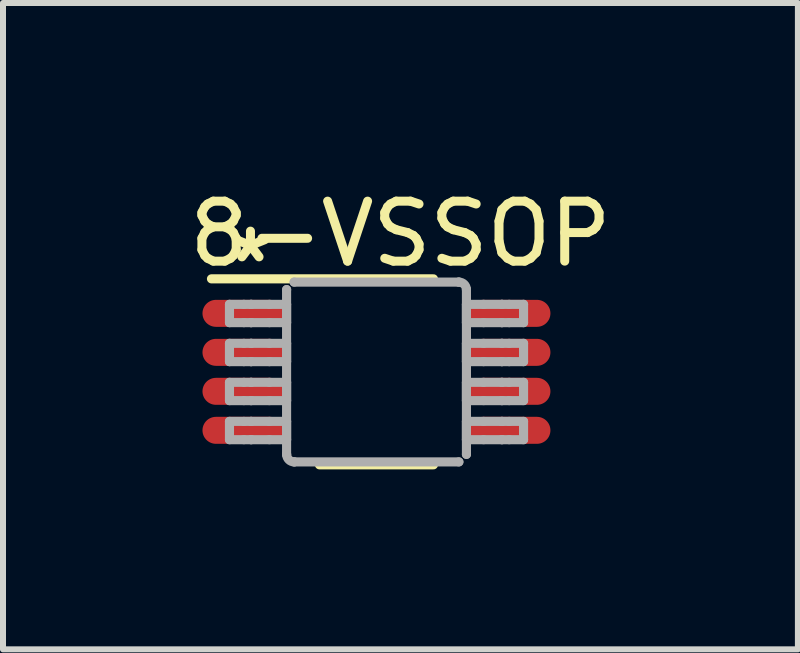
<source format=kicad_pcb>
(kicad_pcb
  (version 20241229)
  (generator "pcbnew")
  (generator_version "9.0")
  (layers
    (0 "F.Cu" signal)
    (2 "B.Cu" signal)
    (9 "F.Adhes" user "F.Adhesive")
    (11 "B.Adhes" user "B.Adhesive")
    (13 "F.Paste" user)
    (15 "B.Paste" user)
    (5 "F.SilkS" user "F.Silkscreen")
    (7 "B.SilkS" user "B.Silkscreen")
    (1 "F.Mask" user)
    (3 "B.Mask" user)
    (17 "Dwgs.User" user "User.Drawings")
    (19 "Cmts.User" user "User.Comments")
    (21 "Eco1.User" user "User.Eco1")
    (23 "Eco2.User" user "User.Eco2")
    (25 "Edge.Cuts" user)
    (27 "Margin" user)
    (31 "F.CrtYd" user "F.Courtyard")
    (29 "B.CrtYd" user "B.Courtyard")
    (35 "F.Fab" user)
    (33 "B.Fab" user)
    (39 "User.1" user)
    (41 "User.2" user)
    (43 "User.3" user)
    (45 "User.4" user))
  (footprint "8-VSSOP"
    (layer "F.Cu")
    (at 3.225 3.148)
    (property "Reference" "8-VSSOP" (at 0.4 -2.3 0) (layer "F.SilkS") (effects (font (size 1 1) (thickness 0.15))))
    (attr through_hole)
    (fp_line (start -2.75 -1.55) (end 0.95 -1.55) (stroke (width 0.152) (type solid)) (layer "F.SilkS"))
    (fp_line (start -0.95 1.55) (end 0.95 1.55) (stroke (width 0.152) (type solid)) (layer "F.SilkS"))
    (fp_line (start -2.45 -1.125) (end -2.21 -1.125) (stroke (width 0.152) (type solid)) (layer "F.Fab"))
    (fp_line (start -2.45 -0.82) (end -2.45 -1.125) (stroke (width 0.152) (type solid)) (layer "F.Fab"))
    (fp_line (start -2.45 -0.82) (end -2.21 -0.82) (stroke (width 0.152) (type solid)) (layer "F.Fab"))
    (fp_line (start -2.45 -0.475) (end -2.21 -0.475) (stroke (width 0.152) (type solid)) (layer "F.Fab"))
    (fp_line (start -2.45 -0.17) (end -2.45 -0.475) (stroke (width 0.152) (type solid)) (layer "F.Fab"))
    (fp_line (start -2.45 -0.17) (end -2.21 -0.17) (stroke (width 0.152) (type solid)) (layer "F.Fab"))
    (fp_line (start -2.45 0.175) (end -2.21 0.175) (stroke (width 0.152) (type solid)) (layer "F.Fab"))
    (fp_line (start -2.45 0.48) (end -2.45 0.175) (stroke (width 0.152) (type solid)) (layer "F.Fab"))
    (fp_line (start -2.45 0.48) (end -2.21 0.48) (stroke (width 0.152) (type solid)) (layer "F.Fab"))
    (fp_line (start -2.45 0.826) (end -2.21 0.826) (stroke (width 0.152) (type solid)) (layer "F.Fab"))
    (fp_line (start -2.45 1.131) (end -2.45 0.826) (stroke (width 0.152) (type solid)) (layer "F.Fab"))
    (fp_line (start -2.45 1.131) (end -2.21 1.131) (stroke (width 0.152) (type solid)) (layer "F.Fab"))
    (fp_line (start -2.21 -1.125) (end -2.091 -1.125) (stroke (width 0.152) (type solid)) (layer "F.Fab"))
    (fp_line (start -2.21 -0.82) (end -2.091 -0.82) (stroke (width 0.152) (type solid)) (layer "F.Fab"))
    (fp_line (start -2.21 -0.475) (end -2.091 -0.475) (stroke (width 0.152) (type solid)) (layer "F.Fab"))
    (fp_line (start -2.21 -0.17) (end -2.091 -0.17) (stroke (width 0.152) (type solid)) (layer "F.Fab"))
    (fp_line (start -2.21 0.175) (end -2.091 0.175) (stroke (width 0.152) (type solid)) (layer "F.Fab"))
    (fp_line (start -2.21 0.48) (end -2.091 0.48) (stroke (width 0.152) (type solid)) (layer "F.Fab"))
    (fp_line (start -2.21 0.826) (end -2.091 0.826) (stroke (width 0.152) (type solid)) (layer "F.Fab"))
    (fp_line (start -2.21 1.131) (end -2.091 1.131) (stroke (width 0.152) (type solid)) (layer "F.Fab"))
    (fp_line (start -2.091 -1.125) (end -2.087 -1.125) (stroke (width 0.152) (type solid)) (layer "F.Fab"))
    (fp_line (start -2.091 -0.82) (end -2.087 -0.82) (stroke (width 0.152) (type solid)) (layer "F.Fab"))
    (fp_line (start -2.091 -0.475) (end -2.087 -0.475) (stroke (width 0.152) (type solid)) (layer "F.Fab"))
    (fp_line (start -2.091 -0.17) (end -2.087 -0.17) (stroke (width 0.152) (type solid)) (layer "F.Fab"))
    (fp_line (start -2.091 0.175) (end -2.087 0.175) (stroke (width 0.152) (type solid)) (layer "F.Fab"))
    (fp_line (start -2.091 0.48) (end -2.087 0.48) (stroke (width 0.152) (type solid)) (layer "F.Fab"))
    (fp_line (start -2.091 0.826) (end -2.087 0.826) (stroke (width 0.152) (type solid)) (layer "F.Fab"))
    (fp_line (start -2.091 1.131) (end -2.087 1.131) (stroke (width 0.152) (type solid)) (layer "F.Fab"))
    (fp_line (start -2.087 -1.125) (end -1.784 -1.125) (stroke (width 0.152) (type solid)) (layer "F.Fab"))
    (fp_line (start -2.087 -0.82) (end -1.784 -0.82) (stroke (width 0.152) (type solid)) (layer "F.Fab"))
    (fp_line (start -2.087 -0.475) (end -1.784 -0.475) (stroke (width 0.152) (type solid)) (layer "F.Fab"))
    (fp_line (start -2.087 -0.17) (end -1.784 -0.17) (stroke (width 0.152) (type solid)) (layer "F.Fab"))
    (fp_line (start -2.087 0.175) (end -1.784 0.175) (stroke (width 0.152) (type solid)) (layer "F.Fab"))
    (fp_line (start -2.087 0.48) (end -1.784 0.48) (stroke (width 0.152) (type solid)) (layer "F.Fab"))
    (fp_line (start -2.087 0.826) (end -1.784 0.826) (stroke (width 0.152) (type solid)) (layer "F.Fab"))
    (fp_line (start -2.087 1.131) (end -1.784 1.131) (stroke (width 0.152) (type solid)) (layer "F.Fab"))
    (fp_line (start -1.784 -1.125) (end -1.498 -1.125) (stroke (width 0.152) (type solid)) (layer "F.Fab"))
    (fp_line (start -1.784 -0.82) (end -1.498 -0.82) (stroke (width 0.152) (type solid)) (layer "F.Fab"))
    (fp_line (start -1.784 -0.475) (end -1.498 -0.475) (stroke (width 0.152) (type solid)) (layer "F.Fab"))
    (fp_line (start -1.784 -0.17) (end -1.498 -0.17) (stroke (width 0.152) (type solid)) (layer "F.Fab"))
    (fp_line (start -1.784 0.175) (end -1.498 0.175) (stroke (width 0.152) (type solid)) (layer "F.Fab"))
    (fp_line (start -1.784 0.48) (end -1.498 0.48) (stroke (width 0.152) (type solid)) (layer "F.Fab"))
    (fp_line (start -1.784 0.826) (end -1.498 0.826) (stroke (width 0.152) (type solid)) (layer "F.Fab"))
    (fp_line (start -1.784 1.131) (end -1.498 1.131) (stroke (width 0.152) (type solid)) (layer "F.Fab"))
    (fp_line (start -1.498 -1.369) (end -1.497 -1.372) (stroke (width 0.152) (type solid)) (layer "F.Fab"))
    (fp_line (start -1.498 -0.82) (end -1.498 -1.125) (stroke (width 0.152) (type solid)) (layer "F.Fab"))
    (fp_line (start -1.498 -0.17) (end -1.498 -0.475) (stroke (width 0.152) (type solid)) (layer "F.Fab"))
    (fp_line (start -1.498 0.48) (end -1.498 0.175) (stroke (width 0.152) (type solid)) (layer "F.Fab"))
    (fp_line (start -1.498 1.131) (end -1.498 0.826) (stroke (width 0.152) (type solid)) (layer "F.Fab"))
    (fp_line (start -1.498 1.374) (end -1.498 -1.369) (stroke (width 0.152) (type solid)) (layer "F.Fab"))
    (fp_line (start -1.498 1.374) (end -1.497 1.377) (stroke (width 0.152) (type solid)) (layer "F.Fab"))
    (fp_line (start -1.373 -1.496) (end -1.371 -1.496) (stroke (width 0.152) (type solid)) (layer "F.Fab"))
    (fp_line (start -1.373 1.501) (end -1.371 1.501) (stroke (width 0.152) (type solid)) (layer "F.Fab"))
    (fp_line (start -1.371 -1.496) (end 1.373 -1.496) (stroke (width 0.152) (type solid)) (layer "F.Fab"))
    (fp_line (start -1.371 1.501) (end 1.373 1.501) (stroke (width 0.152) (type solid)) (layer "F.Fab"))
    (fp_line (start 1.373 -1.496) (end 1.375 -1.496) (stroke (width 0.152) (type solid)) (layer "F.Fab"))
    (fp_line (start 1.373 1.501) (end 1.375 1.501) (stroke (width 0.152) (type solid)) (layer "F.Fab"))
    (fp_line (start 1.5 -1.372) (end 1.5 -1.369) (stroke (width 0.152) (type solid)) (layer "F.Fab"))
    (fp_line (start 1.5 1.377) (end 1.5 1.374) (stroke (width 0.152) (type solid)) (layer "F.Fab"))
    (fp_line (start 1.5 -1.125) (end 1.786 -1.125) (stroke (width 0.152) (type solid)) (layer "F.Fab"))
    (fp_line (start 1.5 -0.82) (end 1.5 -1.125) (stroke (width 0.152) (type solid)) (layer "F.Fab"))
    (fp_line (start 1.5 -0.82) (end 1.786 -0.82) (stroke (width 0.152) (type solid)) (layer "F.Fab"))
    (fp_line (start 1.5 -0.475) (end 1.786 -0.475) (stroke (width 0.152) (type solid)) (layer "F.Fab"))
    (fp_line (start 1.5 -0.17) (end 1.5 -0.475) (stroke (width 0.152) (type solid)) (layer "F.Fab"))
    (fp_line (start 1.5 -0.17) (end 1.786 -0.17) (stroke (width 0.152) (type solid)) (layer "F.Fab"))
    (fp_line (start 1.5 0.175) (end 1.786 0.175) (stroke (width 0.152) (type solid)) (layer "F.Fab"))
    (fp_line (start 1.5 0.48) (end 1.5 0.175) (stroke (width 0.152) (type solid)) (layer "F.Fab"))
    (fp_line (start 1.5 0.48) (end 1.786 0.48) (stroke (width 0.152) (type solid)) (layer "F.Fab"))
    (fp_line (start 1.5 0.826) (end 1.786 0.826) (stroke (width 0.152) (type solid)) (layer "F.Fab"))
    (fp_line (start 1.5 1.131) (end 1.5 0.826) (stroke (width 0.152) (type solid)) (layer "F.Fab"))
    (fp_line (start 1.5 1.131) (end 1.786 1.131) (stroke (width 0.152) (type solid)) (layer "F.Fab"))
    (fp_line (start 1.5 1.374) (end 1.5 -1.369) (stroke (width 0.152) (type solid)) (layer "F.Fab"))
    (fp_line (start 1.786 -1.125) (end 2.089 -1.125) (stroke (width 0.152) (type solid)) (layer "F.Fab"))
    (fp_line (start 1.786 -0.82) (end 2.089 -0.82) (stroke (width 0.152) (type solid)) (layer "F.Fab"))
    (fp_line (start 1.786 -0.475) (end 2.089 -0.475) (stroke (width 0.152) (type solid)) (layer "F.Fab"))
    (fp_line (start 1.786 -0.17) (end 2.089 -0.17) (stroke (width 0.152) (type solid)) (layer "F.Fab"))
    (fp_line (start 1.786 0.175) (end 2.089 0.175) (stroke (width 0.152) (type solid)) (layer "F.Fab"))
    (fp_line (start 1.786 0.48) (end 2.089 0.48) (stroke (width 0.152) (type solid)) (layer "F.Fab"))
    (fp_line (start 1.786 0.826) (end 2.089 0.826) (stroke (width 0.152) (type solid)) (layer "F.Fab"))
    (fp_line (start 1.786 1.131) (end 2.089 1.131) (stroke (width 0.152) (type solid)) (layer "F.Fab"))
    (fp_line (start 2.089 -1.125) (end 2.093 -1.125) (stroke (width 0.152) (type solid)) (layer "F.Fab"))
    (fp_line (start 2.089 -0.82) (end 2.093 -0.82) (stroke (width 0.152) (type solid)) (layer "F.Fab"))
    (fp_line (start 2.089 -0.475) (end 2.093 -0.475) (stroke (width 0.152) (type solid)) (layer "F.Fab"))
    (fp_line (start 2.089 -0.17) (end 2.093 -0.17) (stroke (width 0.152) (type solid)) (layer "F.Fab"))
    (fp_line (start 2.089 0.175) (end 2.093 0.175) (stroke (width 0.152) (type solid)) (layer "F.Fab"))
    (fp_line (start 2.089 0.48) (end 2.093 0.48) (stroke (width 0.152) (type solid)) (layer "F.Fab"))
    (fp_line (start 2.089 0.826) (end 2.093 0.826) (stroke (width 0.152) (type solid)) (layer "F.Fab"))
    (fp_line (start 2.089 1.131) (end 2.093 1.131) (stroke (width 0.152) (type solid)) (layer "F.Fab"))
    (fp_line (start 2.093 -1.125) (end 2.213 -1.125) (stroke (width 0.152) (type solid)) (layer "F.Fab"))
    (fp_line (start 2.093 -0.82) (end 2.213 -0.82) (stroke (width 0.152) (type solid)) (layer "F.Fab"))
    (fp_line (start 2.093 -0.475) (end 2.213 -0.475) (stroke (width 0.152) (type solid)) (layer "F.Fab"))
    (fp_line (start 2.093 -0.17) (end 2.213 -0.17) (stroke (width 0.152) (type solid)) (layer "F.Fab"))
    (fp_line (start 2.093 0.175) (end 2.213 0.175) (stroke (width 0.152) (type solid)) (layer "F.Fab"))
    (fp_line (start 2.093 0.48) (end 2.213 0.48) (stroke (width 0.152) (type solid)) (layer "F.Fab"))
    (fp_line (start 2.093 0.826) (end 2.213 0.826) (stroke (width 0.152) (type solid)) (layer "F.Fab"))
    (fp_line (start 2.093 1.131) (end 2.213 1.131) (stroke (width 0.152) (type solid)) (layer "F.Fab"))
    (fp_line (start 2.213 -1.125) (end 2.452 -1.125) (stroke (width 0.152) (type solid)) (layer "F.Fab"))
    (fp_line (start 2.213 -0.82) (end 2.452 -0.82) (stroke (width 0.152) (type solid)) (layer "F.Fab"))
    (fp_line (start 2.213 -0.475) (end 2.452 -0.475) (stroke (width 0.152) (type solid)) (layer "F.Fab"))
    (fp_line (start 2.213 -0.17) (end 2.452 -0.17) (stroke (width 0.152) (type solid)) (layer "F.Fab"))
    (fp_line (start 2.213 0.175) (end 2.452 0.175) (stroke (width 0.152) (type solid)) (layer "F.Fab"))
    (fp_line (start 2.213 0.48) (end 2.452 0.48) (stroke (width 0.152) (type solid)) (layer "F.Fab"))
    (fp_line (start 2.213 0.826) (end 2.452 0.826) (stroke (width 0.152) (type solid)) (layer "F.Fab"))
    (fp_line (start 2.213 1.131) (end 2.452 1.131) (stroke (width 0.152) (type solid)) (layer "F.Fab"))
    (fp_line (start 2.452 -0.82) (end 2.452 -1.125) (stroke (width 0.152) (type solid)) (layer "F.Fab"))
    (fp_line (start 2.452 -0.17) (end 2.452 -0.475) (stroke (width 0.152) (type solid)) (layer "F.Fab"))
    (fp_line (start 2.452 0.48) (end 2.452 0.175) (stroke (width 0.152) (type solid)) (layer "F.Fab"))
    (fp_line (start 2.452 1.131) (end 2.452 0.826) (stroke (width 0.152) (type solid)) (layer "F.Fab"))
    (fp_arc (start -1.370498 1.501366) (mid -1.458344 1.466087) (end -1.497387 1.379848) (stroke (width 0.1524) (type solid)) (layer "F.Fab"))
    (fp_arc (start 1.372697 -1.495844) (mid 1.460543 -1.460565) (end 1.499586 -1.374326) (stroke (width 0.1524) (type solid)) (layer "F.Fab"))
    (fp_text user "*" (at -2.1 -1.8 0) (layer "F.SilkS") (effects (font (size 1 1) (thickness 0.15))))
    (pad "1" smd oval (at -2.225 -0.975 90) (size 0.45 1.35) (layers "F.Cu" "F.Mask" "F.Paste"))
    (pad "2" smd oval (at -2.225 -0.325 90) (size 0.45 1.35) (layers "F.Cu" "F.Mask" "F.Paste"))
    (pad "3" smd oval (at -2.225 0.325 90) (size 0.45 1.35) (layers "F.Cu" "F.Mask" "F.Paste"))
    (pad "4" smd oval (at -2.225 0.975 90) (size 0.45 1.35) (layers "F.Cu" "F.Mask" "F.Paste"))
    (pad "5" smd oval (at 2.225 0.975 90) (size 0.45 1.35) (layers "F.Cu" "F.Mask" "F.Paste"))
    (pad "6" smd oval (at 2.225 0.325 90) (size 0.45 1.35) (layers "F.Cu" "F.Mask" "F.Paste"))
    (pad "7" smd oval (at 2.225 -0.325 90) (size 0.45 1.35) (layers "F.Cu" "F.Mask" "F.Paste"))
    (pad "8" smd oval (at 2.225 -0.975 90) (size 0.45 1.35) (layers "F.Cu" "F.Mask" "F.Paste")))
  (gr_rect
    (start -3 -3)
    (end 10.25 7.774)
    (stroke (width 0.1) (type default))
    (fill no)
    (layer "Edge.Cuts")))
</source>
